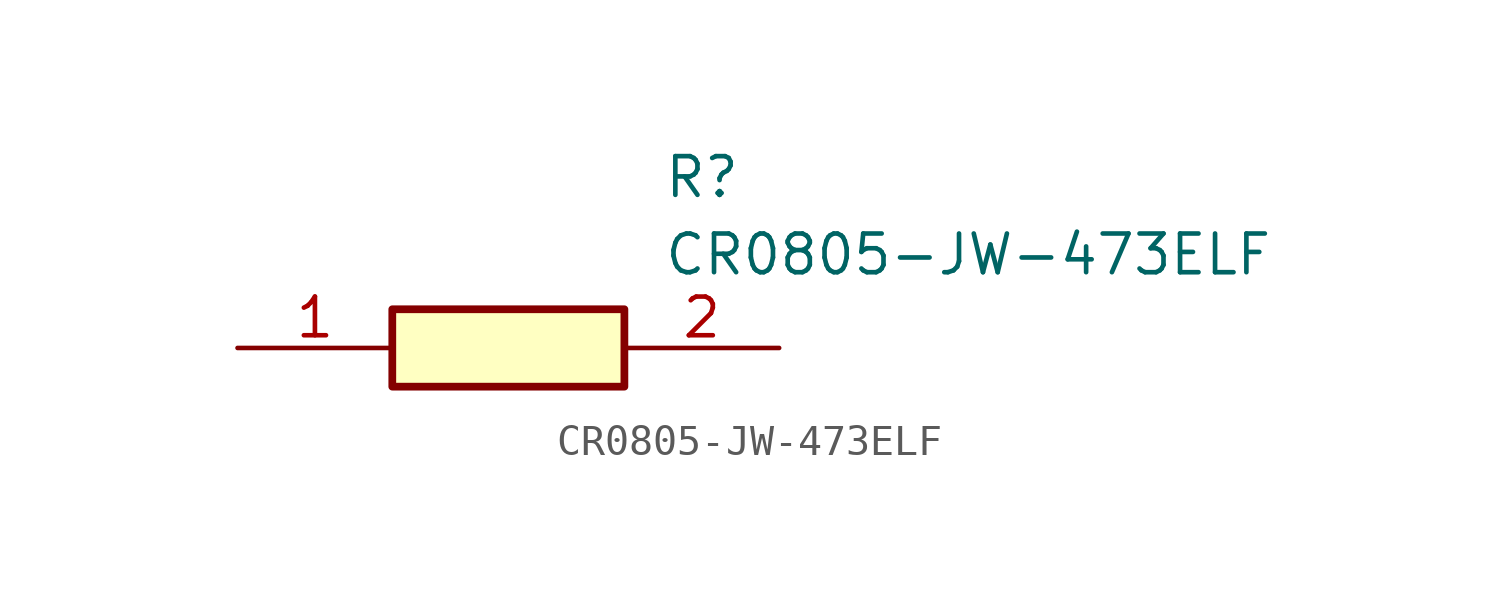
<source format=kicad_sym>
(kicad_symbol_lib
  (version 20211014)
  (generator SamacSys_ECAD_Model)
  (symbol "CR0805-JW-473ELF"
    (pin_names hide)
    (property "Reference" "R"
      (at 13.97 6.35 0)
      (effects (font (size 1.27 1.27)) (justify left top)))
    (property "Value" "CR0805-JW-473ELF"
      (at 13.97 3.81 0)
      (effects (font (size 1.27 1.27)) (justify left top)))
    (rectangle
      (start 5.08 1.27)
      (end 12.7 -1.27)
      (stroke (width 0.254) (type default))
      (fill (type background)))
    (pin passive line
      (at 0 0 0)
      (length 5.08)
      (name "1" (effects (font (size 1.27 1.27))))
      (number "1" (effects (font (size 1.27 1.27)))))
    (pin passive line
      (at 17.78 0 180)
      (length 5.08)
      (name "2" (effects (font (size 1.27 1.27))))
      (number "2" (effects (font (size 1.27 1.27)))))))
</source>
